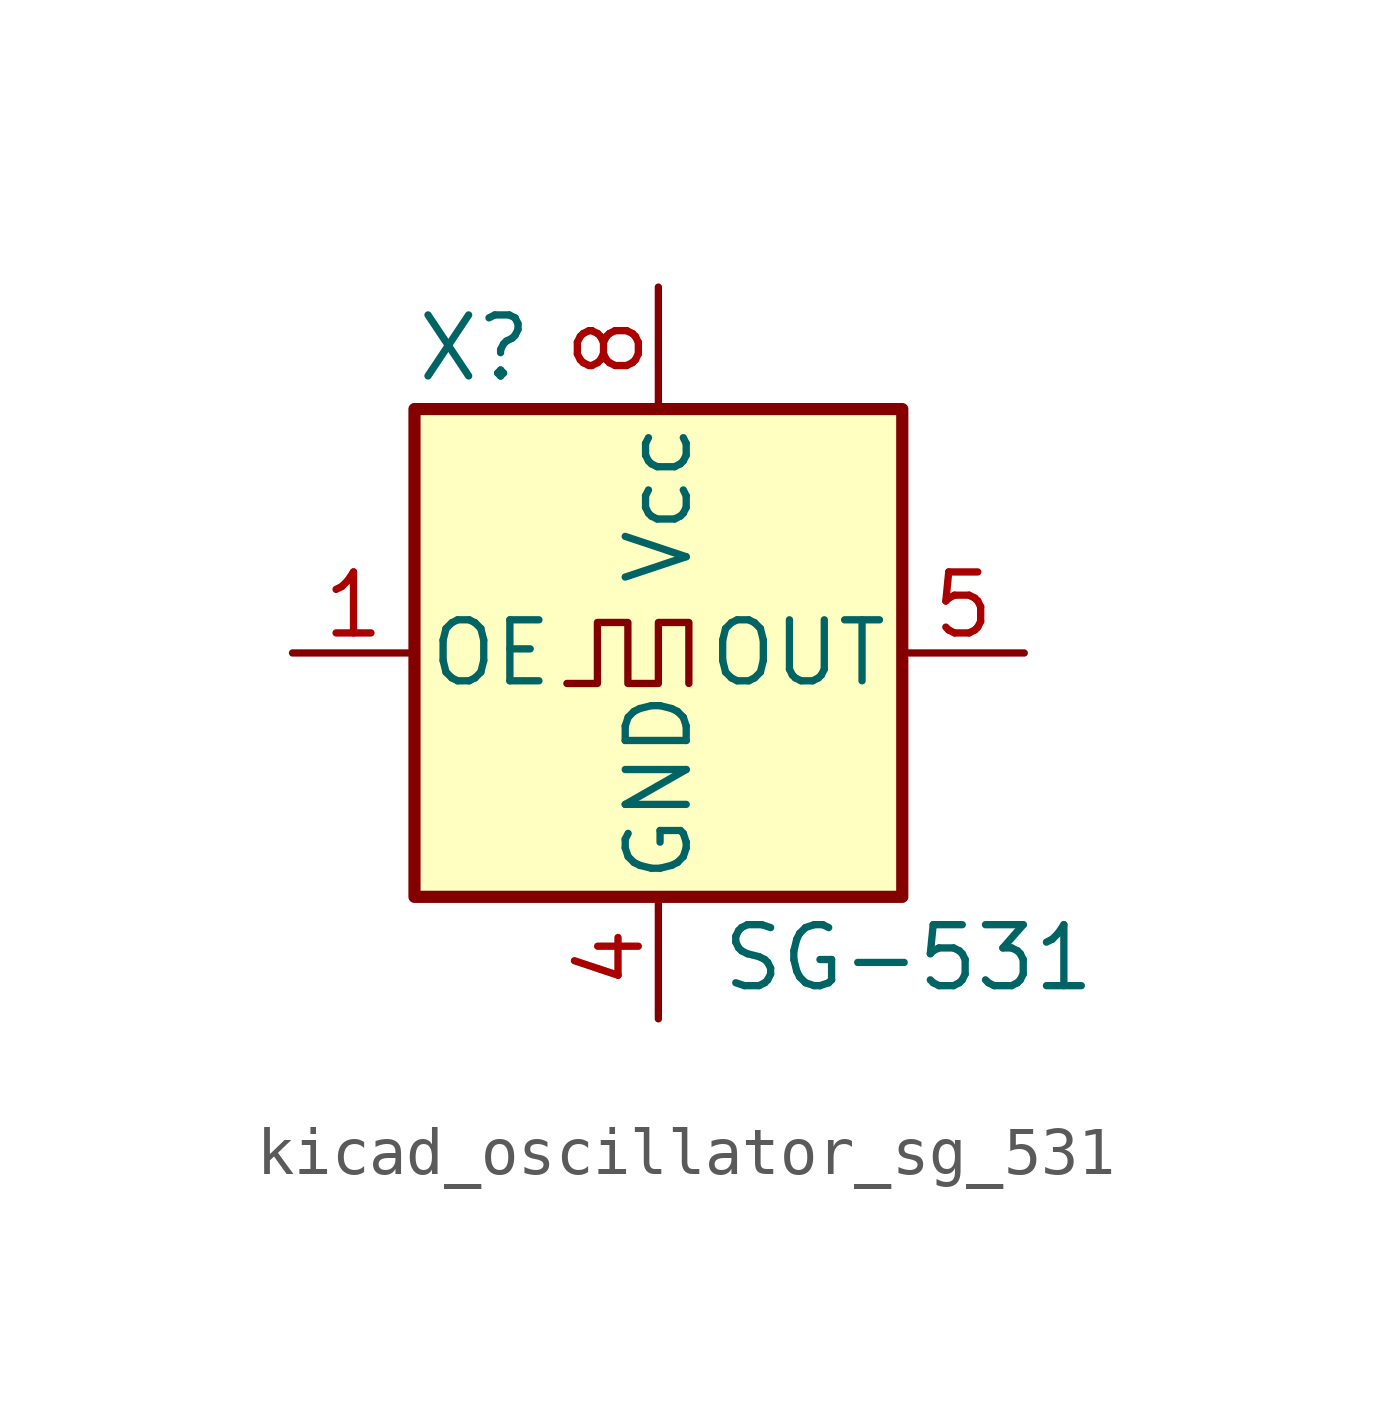
<source format=kicad_sym>
(kicad_symbol_lib
  (version 20220914)
  (generator kicad_symbol_editor)
  (symbol "kicad_oscillator_sg_531"
    (pin_names
      (offset 0.254))
    (property "Reference" "X"
      (at -5.08 6.35 0)
      (effects (font (size 1.27 1.27)) (justify left)))
    (property "Value" "SG-531"
      (at 1.27 -6.35 0)
      (effects (font (size 1.27 1.27)) (justify left)))
    (symbol "kicad_oscillator_sg_531_0_1"
      (rectangle (start -5.08 5.08) (end 5.08 -5.08) (stroke (width 0.254) (type default)) (fill (type background)))
      (polyline (pts (xy -1.905 -0.635) (xy -1.27 -0.635) (xy -1.27 0.635) (xy -0.635 0.635) (xy -0.635 -0.635) (xy 0 -0.635) (xy 0 0.635) (xy 0.635 0.635) (xy 0.635 -0.635)) (stroke (width 0) (type default)) (fill (type none))))
    (symbol "kicad_oscillator_sg_531_1_1"
      (pin input line (at -7.62 0 0) (length 2.54) (name "OE" (effects (font (size 1.27 1.27)))) (number "1" (effects (font (size 1.27 1.27)))))
      (pin power_in line (at 0 -7.62 90) (length 2.54) (name "GND" (effects (font (size 1.27 1.27)))) (number "4" (effects (font (size 1.27 1.27)))))
      (pin output line (at 7.62 0 180) (length 2.54) (name "OUT" (effects (font (size 1.27 1.27)))) (number "5" (effects (font (size 1.27 1.27)))))
      (pin power_in line (at 0 7.62 270) (length 2.54) (name "Vcc" (effects (font (size 1.27 1.27)))) (number "8" (effects (font (size 1.27 1.27))))))))
</source>
